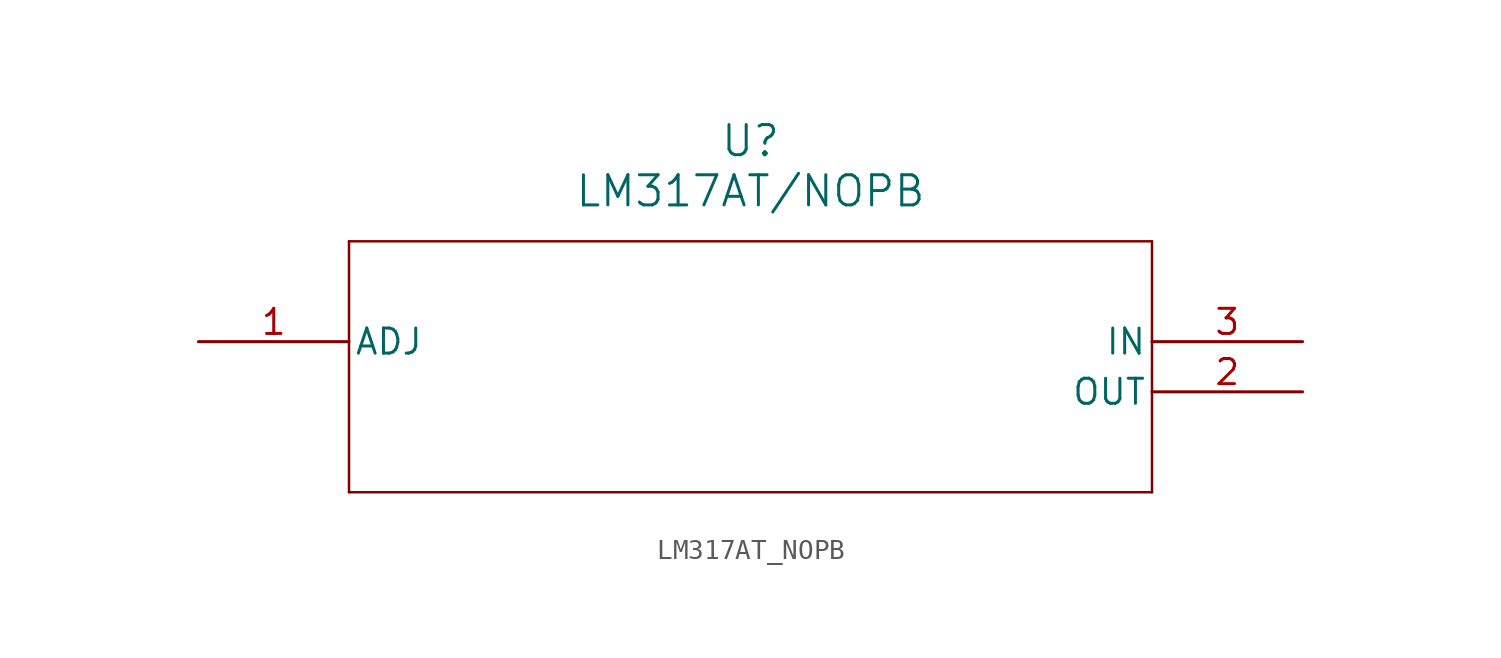
<source format=kicad_sym>
(kicad_symbol_lib
  (version 20211014)
  (generator kicad_symbol_editor)
  (symbol "LM317AT_NOPB"
    (pin_names
      (offset 0.254))
    (property "Reference" "U"
      (at 27.94 10.16 0)
      (effects (font (size 1.524 1.524))))
    (property "Value" "LM317AT/NOPB"
      (at 27.94 7.62 0)
      (effects (font (size 1.524 1.524))))
    (symbol "LM317AT_NOPB_0_1"
      (polyline (pts (xy 7.62 5.08) (xy 7.62 -7.62)) (stroke (width 0.127) (type default) (color 0 0 0 0)) (fill (type none)))
      (polyline (pts (xy 7.62 -7.62) (xy 48.26 -7.62)) (stroke (width 0.127) (type default) (color 0 0 0 0)) (fill (type none)))
      (polyline (pts (xy 48.26 -7.62) (xy 48.26 5.08)) (stroke (width 0.127) (type default) (color 0 0 0 0)) (fill (type none)))
      (polyline (pts (xy 48.26 5.08) (xy 7.62 5.08)) (stroke (width 0.127) (type default) (color 0 0 0 0)) (fill (type none)))
      (pin input line (at 0 0 0) (length 7.62) (name "ADJ" (effects (font (size 1.27 1.27)))) (number "1" (effects (font (size 1.27 1.27)))))
      (pin power_in line (at 55.88 -2.54 180) (length 7.62) (name "OUT" (effects (font (size 1.27 1.27)))) (number "2" (effects (font (size 1.27 1.27)))))
      (pin power_in line (at 55.88 0 180) (length 7.62) (name "IN" (effects (font (size 1.27 1.27)))) (number "3" (effects (font (size 1.27 1.27))))))))
</source>
